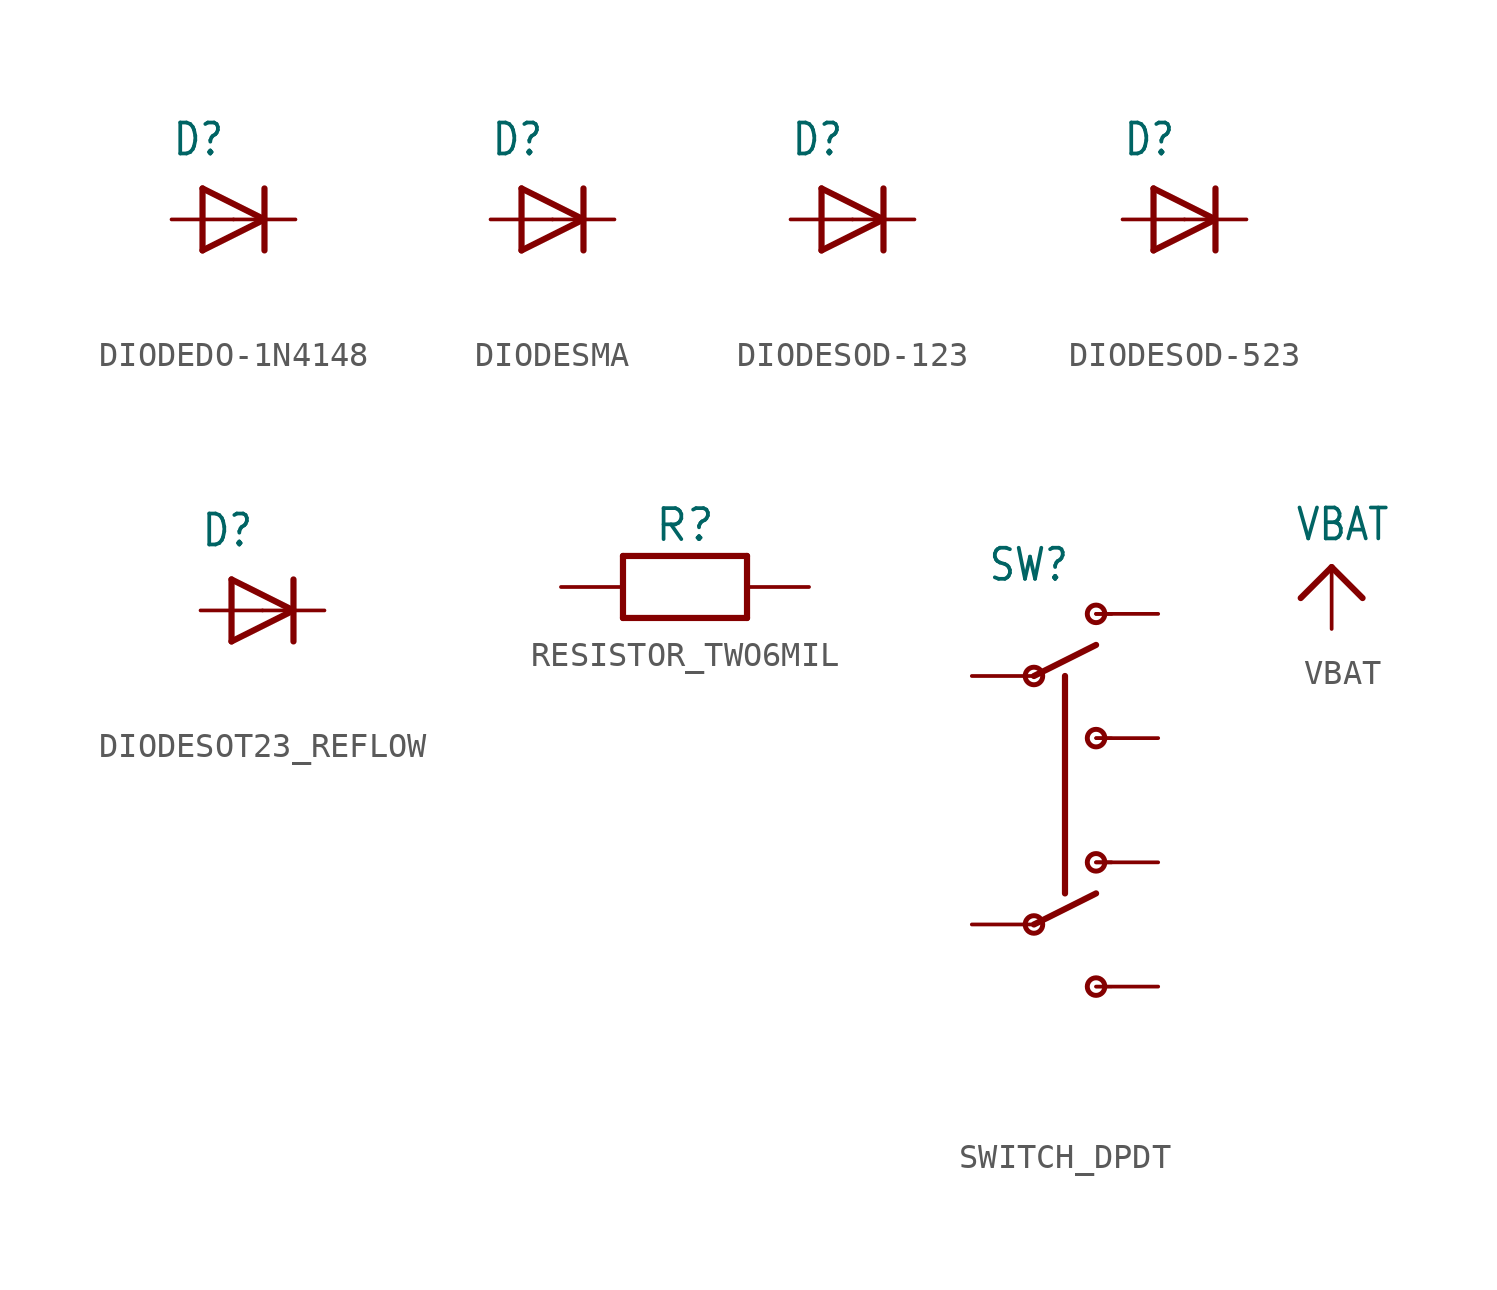
<source format=kicad_sym>
(kicad_symbol_lib
  (version 20220914)
  (generator kicad_symbol_editor)
  (symbol "DIODEDO-1N4148"
    (property "Reference" "D"
      (at -2.54 2.54 0)
      (effects (font (size 1.27 1.079)) (justify left bottom)))
    (property "Value" ""
      (at -2.54 -3.81 0)
      (effects (font (size 1.27 1.079)) (justify left bottom)))
    (property "ki_locked" ""
      (at 0 0 0)
      (effects (font (size 1.27 1.27))))
    (symbol "DIODEDO-1N4148_1_0"
      (polyline (pts (xy -1.27 -1.27) (xy 1.27 0)) (stroke (width 0.254) (type solid)) (fill (type none)))
      (polyline (pts (xy -1.27 1.27) (xy -1.27 -1.27)) (stroke (width 0.254) (type solid)) (fill (type none)))
      (polyline (pts (xy 1.27 0) (xy -1.27 1.27)) (stroke (width 0.254) (type solid)) (fill (type none)))
      (polyline (pts (xy 1.27 0) (xy 1.27 -1.27)) (stroke (width 0.254) (type solid)) (fill (type none)))
      (polyline (pts (xy 1.27 1.27) (xy 1.27 0)) (stroke (width 0.254) (type solid)) (fill (type none)))
      (pin passive line (at -2.54 0 0) (length 2.54) (name "A" (effects (font (size 0 0)))) (number "A" (effects (font (size 0 0)))))
      (pin passive line (at 2.54 0 180) (length 2.54) (name "C" (effects (font (size 0 0)))) (number "C" (effects (font (size 0 0)))))))
  (symbol "DIODESMA"
    (property "Reference" "D"
      (at -2.54 2.54 0)
      (effects (font (size 1.27 1.079)) (justify left bottom)))
    (property "Value" ""
      (at -2.54 -3.81 0)
      (effects (font (size 1.27 1.079)) (justify left bottom)))
    (property "ki_locked" ""
      (at 0 0 0)
      (effects (font (size 1.27 1.27))))
    (symbol "DIODESMA_1_0"
      (polyline (pts (xy -1.27 -1.27) (xy 1.27 0)) (stroke (width 0.254) (type solid)) (fill (type none)))
      (polyline (pts (xy -1.27 1.27) (xy -1.27 -1.27)) (stroke (width 0.254) (type solid)) (fill (type none)))
      (polyline (pts (xy 1.27 0) (xy -1.27 1.27)) (stroke (width 0.254) (type solid)) (fill (type none)))
      (polyline (pts (xy 1.27 0) (xy 1.27 -1.27)) (stroke (width 0.254) (type solid)) (fill (type none)))
      (polyline (pts (xy 1.27 1.27) (xy 1.27 0)) (stroke (width 0.254) (type solid)) (fill (type none)))
      (pin passive line (at -2.54 0 0) (length 2.54) (name "A" (effects (font (size 0 0)))) (number "A" (effects (font (size 0 0)))))
      (pin passive line (at 2.54 0 180) (length 2.54) (name "C" (effects (font (size 0 0)))) (number "C" (effects (font (size 0 0)))))))
  (symbol "DIODESOD-123"
    (property "Reference" "D"
      (at -2.54 2.54 0)
      (effects (font (size 1.27 1.079)) (justify left bottom)))
    (property "Value" ""
      (at -2.54 -3.81 0)
      (effects (font (size 1.27 1.079)) (justify left bottom)))
    (property "ki_locked" ""
      (at 0 0 0)
      (effects (font (size 1.27 1.27))))
    (symbol "DIODESOD-123_1_0"
      (polyline (pts (xy -1.27 -1.27) (xy 1.27 0)) (stroke (width 0.254) (type solid)) (fill (type none)))
      (polyline (pts (xy -1.27 1.27) (xy -1.27 -1.27)) (stroke (width 0.254) (type solid)) (fill (type none)))
      (polyline (pts (xy 1.27 0) (xy -1.27 1.27)) (stroke (width 0.254) (type solid)) (fill (type none)))
      (polyline (pts (xy 1.27 0) (xy 1.27 -1.27)) (stroke (width 0.254) (type solid)) (fill (type none)))
      (polyline (pts (xy 1.27 1.27) (xy 1.27 0)) (stroke (width 0.254) (type solid)) (fill (type none)))
      (pin passive line (at -2.54 0 0) (length 2.54) (name "A" (effects (font (size 0 0)))) (number "A" (effects (font (size 0 0)))))
      (pin passive line (at 2.54 0 180) (length 2.54) (name "C" (effects (font (size 0 0)))) (number "C" (effects (font (size 0 0)))))))
  (symbol "DIODESOD-523"
    (property "Reference" "D"
      (at -2.54 2.54 0)
      (effects (font (size 1.27 1.079)) (justify left bottom)))
    (property "Value" ""
      (at -2.54 -3.81 0)
      (effects (font (size 1.27 1.079)) (justify left bottom)))
    (property "ki_locked" ""
      (at 0 0 0)
      (effects (font (size 1.27 1.27))))
    (symbol "DIODESOD-523_1_0"
      (polyline (pts (xy -1.27 -1.27) (xy 1.27 0)) (stroke (width 0.254) (type solid)) (fill (type none)))
      (polyline (pts (xy -1.27 1.27) (xy -1.27 -1.27)) (stroke (width 0.254) (type solid)) (fill (type none)))
      (polyline (pts (xy 1.27 0) (xy -1.27 1.27)) (stroke (width 0.254) (type solid)) (fill (type none)))
      (polyline (pts (xy 1.27 0) (xy 1.27 -1.27)) (stroke (width 0.254) (type solid)) (fill (type none)))
      (polyline (pts (xy 1.27 1.27) (xy 1.27 0)) (stroke (width 0.254) (type solid)) (fill (type none)))
      (pin passive line (at -2.54 0 0) (length 2.54) (name "A" (effects (font (size 0 0)))) (number "A" (effects (font (size 0 0)))))
      (pin passive line (at 2.54 0 180) (length 2.54) (name "C" (effects (font (size 0 0)))) (number "K" (effects (font (size 0 0)))))))
  (symbol "DIODESOT23_REFLOW"
    (property "Reference" "D"
      (at -2.54 2.54 0)
      (effects (font (size 1.27 1.079)) (justify left bottom)))
    (property "Value" ""
      (at -2.54 -3.81 0)
      (effects (font (size 1.27 1.079)) (justify left bottom)))
    (property "ki_locked" ""
      (at 0 0 0)
      (effects (font (size 1.27 1.27))))
    (symbol "DIODESOT23_REFLOW_1_0"
      (polyline (pts (xy -1.27 -1.27) (xy 1.27 0)) (stroke (width 0.254) (type solid)) (fill (type none)))
      (polyline (pts (xy -1.27 1.27) (xy -1.27 -1.27)) (stroke (width 0.254) (type solid)) (fill (type none)))
      (polyline (pts (xy 1.27 0) (xy -1.27 1.27)) (stroke (width 0.254) (type solid)) (fill (type none)))
      (polyline (pts (xy 1.27 0) (xy 1.27 -1.27)) (stroke (width 0.254) (type solid)) (fill (type none)))
      (polyline (pts (xy 1.27 1.27) (xy 1.27 0)) (stroke (width 0.254) (type solid)) (fill (type none)))
      (pin passive line (at -2.54 0 0) (length 2.54) (name "A" (effects (font (size 0 0)))) (number "1" (effects (font (size 0 0)))))
      (pin passive line (at 2.54 0 180) (length 2.54) (name "C" (effects (font (size 0 0)))) (number "3" (effects (font (size 0 0)))))))
  (symbol "RESISTOR_TWO6MIL"
    (property "Reference" "R"
      (at 0 2.54 0)
      (effects (font (size 1.27 1.27))))
    (property "Value" ""
      (at 0 0 0)
      (effects (font (size 1.016 1.016) bold)))
    (property "ki_locked" ""
      (at 0 0 0)
      (effects (font (size 1.27 1.27))))
    (symbol "RESISTOR_TWO6MIL_1_0"
      (polyline (pts (xy -2.54 -1.27) (xy -2.54 1.27)) (stroke (width 0.254) (type solid)) (fill (type none)))
      (polyline (pts (xy -2.54 1.27) (xy 2.54 1.27)) (stroke (width 0.254) (type solid)) (fill (type none)))
      (polyline (pts (xy 2.54 -1.27) (xy -2.54 -1.27)) (stroke (width 0.254) (type solid)) (fill (type none)))
      (polyline (pts (xy 2.54 1.27) (xy 2.54 -1.27)) (stroke (width 0.254) (type solid)) (fill (type none)))
      (pin passive line (at -5.08 0 0) (length 2.54) (name "1" (effects (font (size 0 0)))) (number "1" (effects (font (size 0 0)))))
      (pin passive line (at 5.08 0 180) (length 2.54) (name "2" (effects (font (size 0 0)))) (number "2" (effects (font (size 0 0)))))))
  (symbol "SWITCH_DPDT"
    (property "Reference" "SW"
      (at -4.445 8.89 0)
      (effects (font (size 1.27 1.079)) (justify left bottom)))
    (property "Value" ""
      (at -5.08 -11.43 0)
      (effects (font (size 1.27 1.079)) (justify left bottom)))
    (property "ki_locked" ""
      (at 0 0 0)
      (effects (font (size 1.27 1.27))))
    (symbol "SWITCH_DPDT_1_0"
      (circle (center -2.54 -5.08) (radius 0.359) (stroke (width 0.203) (type solid)) (fill (type none)))
      (circle (center -2.54 5.08) (radius 0.359) (stroke (width 0.203) (type solid)) (fill (type none)))
      (circle (center 0 -7.62) (radius 0.359) (stroke (width 0.203) (type solid)) (fill (type none)))
      (circle (center 0 -2.54) (radius 0.359) (stroke (width 0.203) (type solid)) (fill (type none)))
      (polyline (pts (xy -2.54 -5.08) (xy 0 -3.81)) (stroke (width 0.254) (type solid)) (fill (type none)))
      (polyline (pts (xy -2.54 5.08) (xy 0 6.35)) (stroke (width 0.254) (type solid)) (fill (type none)))
      (polyline (pts (xy -1.27 5.08) (xy -1.27 -3.81)) (stroke (width 0.254) (type solid)) (fill (type none)))
      (polyline (pts (xy 0 -7.62) (xy 0.635 -7.62)) (stroke (width 0.127) (type solid)) (fill (type none)))
      (polyline (pts (xy 0 -2.54) (xy 0.635 -2.54)) (stroke (width 0.152) (type solid)) (fill (type none)))
      (polyline (pts (xy 0 2.54) (xy 0.635 2.54)) (stroke (width 0.127) (type solid)) (fill (type none)))
      (polyline (pts (xy 0 7.62) (xy 0.635 7.62)) (stroke (width 0.152) (type solid)) (fill (type none)))
      (circle (center 0 2.54) (radius 0.359) (stroke (width 0.203) (type solid)) (fill (type none)))
      (circle (center 0 7.62) (radius 0.359) (stroke (width 0.203) (type solid)) (fill (type none)))
      (pin passive line (at 2.54 7.62 180) (length 2.54) (name "O1" (effects (font (size 0 0)))) (number "P$1" (effects (font (size 0 0)))))
      (pin passive line (at -5.08 5.08 0) (length 2.54) (name "P1" (effects (font (size 0 0)))) (number "P$2" (effects (font (size 0 0)))))
      (pin passive line (at 2.54 2.54 180) (length 2.54) (name "S1" (effects (font (size 0 0)))) (number "P$3" (effects (font (size 0 0)))))
      (pin passive line (at 2.54 -7.62 180) (length 2.54) (name "S2" (effects (font (size 0 0)))) (number "P$4" (effects (font (size 0 0)))))
      (pin passive line (at -5.08 -5.08 0) (length 2.54) (name "P2" (effects (font (size 0 0)))) (number "P$5" (effects (font (size 0 0)))))
      (pin passive line (at 2.54 -2.54 180) (length 2.54) (name "O2" (effects (font (size 0 0)))) (number "P$6" (effects (font (size 0 0)))))))
  (symbol "VBAT"
    (power)
    (property "Reference" ""
      (at 0 0 0)
      (effects (font (size 1.27 1.27)) hide))
    (property "Value" "VBAT"
      (at -1.524 1.016 0)
      (effects (font (size 1.27 1.079)) (justify left bottom)))
    (property "ki_locked" ""
      (at 0 0 0)
      (effects (font (size 1.27 1.27))))
    (symbol "VBAT_1_0"
      (polyline (pts (xy -1.27 -1.27) (xy 0 0)) (stroke (width 0.254) (type solid)) (fill (type none)))
      (polyline (pts (xy 0 0) (xy 1.27 -1.27)) (stroke (width 0.254) (type solid)) (fill (type none)))
      (pin power_in line (at 0 -2.54 90) (length 2.54) (name "VBAT" (effects (font (size 0 0)))) (number "1" (effects (font (size 0 0))))))))
</source>
